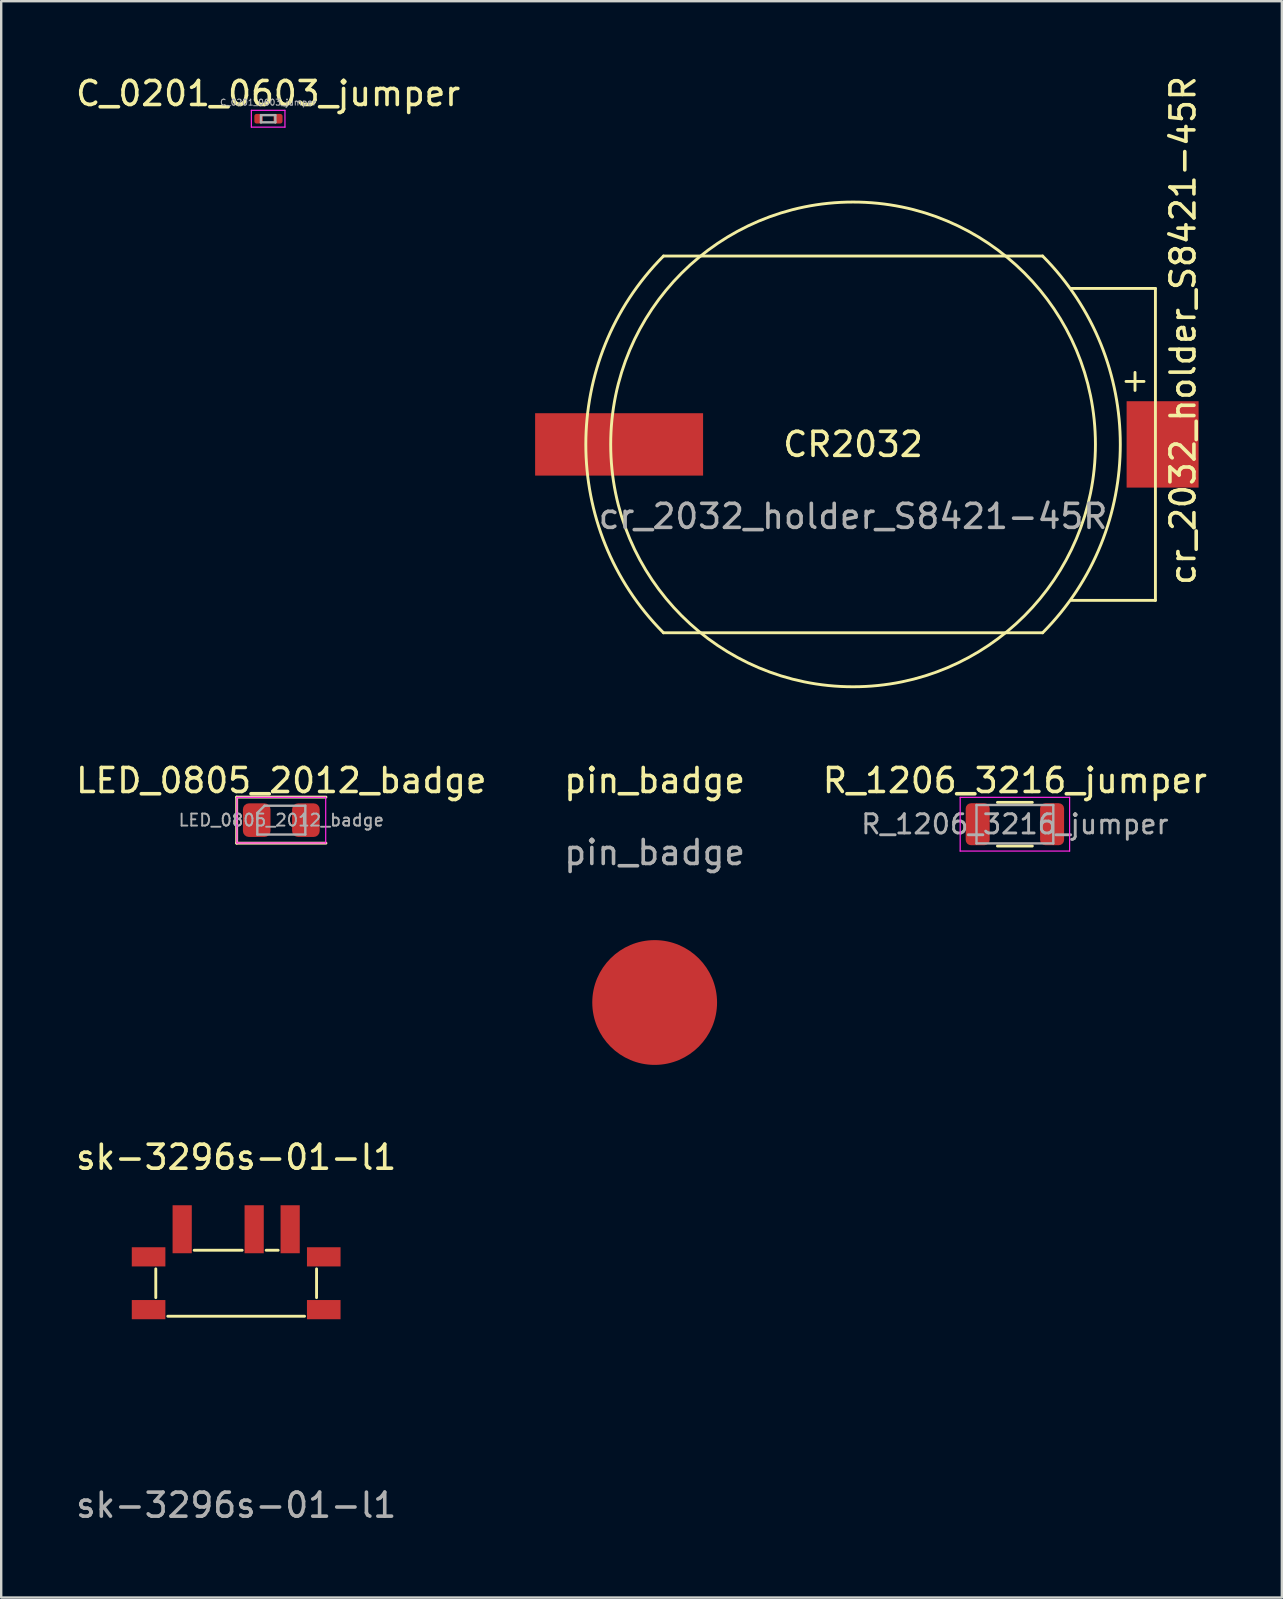
<source format=kicad_pcb>
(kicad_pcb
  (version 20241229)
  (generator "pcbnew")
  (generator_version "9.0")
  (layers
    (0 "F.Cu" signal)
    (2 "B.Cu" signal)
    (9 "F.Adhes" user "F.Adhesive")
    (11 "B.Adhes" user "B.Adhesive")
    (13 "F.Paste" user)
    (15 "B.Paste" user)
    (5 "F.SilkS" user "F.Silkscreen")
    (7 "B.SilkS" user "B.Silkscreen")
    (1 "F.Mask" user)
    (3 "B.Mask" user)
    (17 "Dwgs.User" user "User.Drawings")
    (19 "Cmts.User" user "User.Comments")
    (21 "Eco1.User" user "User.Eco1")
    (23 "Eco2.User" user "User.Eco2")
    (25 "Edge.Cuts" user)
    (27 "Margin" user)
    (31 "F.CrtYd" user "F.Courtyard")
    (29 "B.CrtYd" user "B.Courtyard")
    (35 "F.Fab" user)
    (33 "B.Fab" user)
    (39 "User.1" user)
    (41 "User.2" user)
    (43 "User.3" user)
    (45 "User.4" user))
  (footprint "pin_badge"
    (layer "F.Cu")
    (at 24.232 38.728)
    (property "Reference" "pin_badge" (at 0 -9.25 0) (unlocked yes) (layer "F.SilkS") (effects (font (size 1 1) (thickness 0.15))))
    (attr smd)
    (fp_text user "${REFERENCE}" (at 0 -6.25 0) (unlocked yes) (layer "F.Fab") (effects (font (size 1 1) (thickness 0.15))))
    (pad "1" smd circle (at 0 0) (size 5.2 5.2) (layers "F.Cu" "F.Mask" "F.Paste")))
  (footprint "LED_0805_2012_badge"
    (layer "F.Cu")
    (at 8.673 31.128)
    (property "Reference" "LED_0805_2012_badge" (at 0 -1.65 0) (layer "F.SilkS") (effects (font (size 1 1) (thickness 0.15))))
    (attr smd)
    (fp_rect (start 1.8 -0.9) (end -1.8 0.9) (stroke (width 0.12) (type solid)) (fill yes) (layer "F.Mask"))
    (fp_line (start -1.86 -0.96) (end -1.86 0.96) (stroke (width 0.12) (type solid)) (layer "F.SilkS"))
    (fp_line (start -1.86 0.96) (end 1.86 0.96) (stroke (width 0.12) (type solid)) (layer "F.SilkS"))
    (fp_line (start 1.86 -0.96) (end -1.86 -0.96) (stroke (width 0.12) (type solid)) (layer "F.SilkS"))
    (fp_line (start -1.85 -0.95) (end 1.85 -0.95) (stroke (width 0.05) (type solid)) (layer "F.CrtYd"))
    (fp_line (start -1.85 0.95) (end -1.85 -0.95) (stroke (width 0.05) (type solid)) (layer "F.CrtYd"))
    (fp_line (start 1.85 -0.95) (end 1.85 0.95) (stroke (width 0.05) (type solid)) (layer "F.CrtYd"))
    (fp_line (start 1.85 0.95) (end -1.85 0.95) (stroke (width 0.05) (type solid)) (layer "F.CrtYd"))
    (fp_line (start -1 -0.3) (end -1 0.6) (stroke (width 0.1) (type solid)) (layer "F.Fab"))
    (fp_line (start -1 0.6) (end 1 0.6) (stroke (width 0.1) (type solid)) (layer "F.Fab"))
    (fp_line (start -0.7 -0.6) (end -1 -0.3) (stroke (width 0.1) (type solid)) (layer "F.Fab"))
    (fp_line (start 1 -0.6) (end -0.7 -0.6) (stroke (width 0.1) (type solid)) (layer "F.Fab"))
    (fp_line (start 1 0.6) (end 1 -0.6) (stroke (width 0.1) (type solid)) (layer "F.Fab"))
    (fp_text user "${REFERENCE}" (at 0 0 0) (layer "F.Fab") (effects (font (size 0.5 0.5) (thickness 0.08))))
    (pad "1" smd roundrect (at -1.025 0) (size 1.15 1.4) (layers "F.Cu" "F.Mask" "F.Paste") (roundrect_rratio 0.217))
    (pad "2" smd roundrect (at 1.025 0) (size 1.15 1.4) (layers "F.Cu" "F.Mask" "F.Paste") (roundrect_rratio 0.217))
    (zone (net_name "") (layer "F.Cu") (hatch edge 0.508) (connect_pads) (min_thickness 0.254) (filled_areas_thickness no) (keepout (tracks allowed) (vias allowed) (pads allowed) (copperpour not_allowed) (footprints allowed)) (placement (enabled no)) (fill) (polygon (pts (xy 10.523 30.978) (xy 9.173 30.978) (xy 9.173 31.278) (xy 10.523 31.278) (xy 10.523 32.078) (xy 6.823 32.078) (xy 6.823 31.278) (xy 8.205 31.278) (xy 8.205 30.978) (xy 6.823 30.978) (xy 6.823 30.178) (xy 10.523 30.178)))))
  (footprint "cr_2032_holder_S8421-45R"
    (layer "F.Cu")
    (at 32.5 15.47)
    (property "Reference" "cr_2032_holder_S8421-45R" (at 13.75 -4.75 90) (unlocked yes) (layer "F.SilkS") (effects (font (size 1 1) (thickness 0.15))))
    (attr smd)
    (fp_line (start -7.9 -7.85) (end 7.9 -7.85) (stroke (width 0.12) (type solid)) (layer "F.SilkS"))
    (fp_line (start -7.9 7.85) (end 7.9 7.85) (stroke (width 0.12) (type solid)) (layer "F.SilkS"))
    (fp_line (start 11.375 -2.625) (end 12.125 -2.625) (stroke (width 0.12) (type solid)) (layer "F.SilkS"))
    (fp_line (start 11.75 -3) (end 11.75 -2.25) (stroke (width 0.12) (type solid)) (layer "F.SilkS"))
    (fp_line (start 12.6 -6.5) (end 9.1 -6.5) (stroke (width 0.12) (type solid)) (layer "F.SilkS"))
    (fp_line (start 12.6 -6.5) (end 12.6 6.5) (stroke (width 0.12) (type solid)) (layer "F.SilkS"))
    (fp_line (start 12.6 6.5) (end 9.1 6.5) (stroke (width 0.12) (type solid)) (layer "F.SilkS"))
    (fp_arc (start -7.899999 7.849999) (mid -11.136987 0) (end -7.899999 -7.849999) (stroke (width 0.12) (type solid)) (layer "F.SilkS"))
    (fp_arc (start 7.899999 -7.849999) (mid 11.136987 0) (end 7.899999 7.849999) (stroke (width 0.12) (type solid)) (layer "F.SilkS"))
    (fp_circle (center 0 0) (end 10.1 0) (stroke (width 0.12) (type solid)) (fill no) (layer "F.SilkS"))
    (fp_text user "CR2032" (at 0 0 0) (unlocked yes) (layer "F.SilkS") (effects (font (size 1 1) (thickness 0.15))))
    (fp_text user "${REFERENCE}" (at 0 3 0) (unlocked yes) (layer "F.Fab") (effects (font (size 1 1) (thickness 0.15))))
    (pad "1" smd rect (at 12.9 0) (size 3 3.6) (layers "F.Cu" "F.Mask" "F.Paste"))
    (pad "2" smd rect (at -9.75 0) (size 7 2.6) (layers "F.Cu" "F.Mask" "F.Paste")))
  (footprint "C_0201_0603_jumper"
    (layer "F.Cu")
    (at 8.125 1.898)
    (property "Reference" "C_0201_0603_jumper" (at 0 -1.05 0) (layer "F.SilkS") (effects (font (size 1 1) (thickness 0.15))))
    (attr smd)
    (fp_line (start -0.7 -0.35) (end 0.7 -0.35) (stroke (width 0.05) (type solid)) (layer "F.CrtYd"))
    (fp_line (start -0.7 0.35) (end -0.7 -0.35) (stroke (width 0.05) (type solid)) (layer "F.CrtYd"))
    (fp_line (start 0.7 -0.35) (end 0.7 0.35) (stroke (width 0.05) (type solid)) (layer "F.CrtYd"))
    (fp_line (start 0.7 0.35) (end -0.7 0.35) (stroke (width 0.05) (type solid)) (layer "F.CrtYd"))
    (fp_line (start -0.3 -0.15) (end 0.3 -0.15) (stroke (width 0.1) (type solid)) (layer "F.Fab"))
    (fp_line (start -0.3 0.15) (end -0.3 -0.15) (stroke (width 0.1) (type solid)) (layer "F.Fab"))
    (fp_line (start 0.3 -0.15) (end 0.3 0.15) (stroke (width 0.1) (type solid)) (layer "F.Fab"))
    (fp_line (start 0.3 0.15) (end -0.3 0.15) (stroke (width 0.1) (type solid)) (layer "F.Fab"))
    (fp_text user "${REFERENCE}" (at 0 -0.68 0) (layer "F.Fab") (effects (font (size 0.25 0.25) (thickness 0.04))))
    (pad "" smd roundrect (at -0.345 0) (size 0.318 0.36) (layers "F.Paste") (roundrect_rratio 0.25))
    (pad "" smd roundrect (at 0.345 0) (size 0.318 0.36) (layers "F.Paste") (roundrect_rratio 0.25))
    (pad "1" smd roundrect (at -0.4 0) (size 0.35 0.4) (layers "F.Cu" "F.Mask") (roundrect_rratio 0.25))
    (pad "2" smd roundrect (at 0.412 0) (size 0.375 0.4) (layers "F.Cu" "F.Mask") (roundrect_rratio 0.25)))
  (footprint "R_1206_3216_jumper"
    (layer "F.Cu")
    (at 39.244 31.298)
    (property "Reference" "R_1206_3216_jumper" (at 0 -1.82 0) (layer "F.SilkS") (effects (font (size 1 1) (thickness 0.15))))
    (attr smd)
    (fp_line (start -0.727 -0.91) (end 0.727 -0.91) (stroke (width 0.12) (type solid)) (layer "F.SilkS"))
    (fp_line (start -0.727 0.91) (end 0.727 0.91) (stroke (width 0.12) (type solid)) (layer "F.SilkS"))
    (fp_line (start -2.28 -1.12) (end 2.28 -1.12) (stroke (width 0.05) (type solid)) (layer "F.CrtYd"))
    (fp_line (start -2.28 1.12) (end -2.28 -1.12) (stroke (width 0.05) (type solid)) (layer "F.CrtYd"))
    (fp_line (start 2.28 -1.12) (end 2.28 1.12) (stroke (width 0.05) (type solid)) (layer "F.CrtYd"))
    (fp_line (start 2.28 1.12) (end -2.28 1.12) (stroke (width 0.05) (type solid)) (layer "F.CrtYd"))
    (fp_line (start -1.6 -0.8) (end 1.6 -0.8) (stroke (width 0.1) (type solid)) (layer "F.Fab"))
    (fp_line (start -1.6 0.8) (end -1.6 -0.8) (stroke (width 0.1) (type solid)) (layer "F.Fab"))
    (fp_line (start 1.6 -0.8) (end 1.6 0.8) (stroke (width 0.1) (type solid)) (layer "F.Fab"))
    (fp_line (start 1.6 0.8) (end -1.6 0.8) (stroke (width 0.1) (type solid)) (layer "F.Fab"))
    (fp_text user "${REFERENCE}" (at 0 0 0) (layer "F.Fab") (effects (font (size 0.8 0.8) (thickness 0.12))))
    (pad "1" smd roundrect (at -1.55 0) (size 1 1.75) (layers "F.Cu" "F.Mask" "F.Paste") (roundrect_rratio 0.222))
    (pad "2" smd roundrect (at 1.55 0) (size 1 1.75) (layers "F.Cu" "F.Mask" "F.Paste") (roundrect_rratio 0.222)))
  (footprint "sk-3296s-01-l1"
    (layer "F.Cu")
    (at 6.792 50.427)
    (property "Reference" "sk-3296s-01-l1" (at 0 -5.25 0) (unlocked yes) (layer "F.SilkS") (effects (font (size 1 1) (thickness 0.15))))
    (attr smd)
    (fp_line (start -3.35 -0.6) (end -3.35 0.6) (stroke (width 0.12) (type solid)) (layer "F.SilkS"))
    (fp_line (start -2.85 1.375) (end 2.85 1.375) (stroke (width 0.12) (type solid)) (layer "F.SilkS"))
    (fp_line (start -1.75 -1.375) (end 0.25 -1.375) (stroke (width 0.12) (type solid)) (layer "F.SilkS"))
    (fp_line (start 1.25 -1.375) (end 1.75 -1.375) (stroke (width 0.12) (type solid)) (layer "F.SilkS"))
    (fp_line (start 3.35 -0.6) (end 3.35 0.6) (stroke (width 0.12) (type solid)) (layer "F.SilkS"))
    (fp_text user "${REFERENCE}" (at 0 9.25 0) (unlocked yes) (layer "F.Fab") (effects (font (size 1 1) (thickness 0.15))))
    (pad "1" smd rect (at -2.25 -2.25) (size 0.8 2) (layers "F.Cu" "F.Mask" "F.Paste"))
    (pad "2" smd rect (at 0.75 -2.25) (size 0.8 2) (layers "F.Cu" "F.Mask" "F.Paste"))
    (pad "3" smd rect (at 2.25 -2.25) (size 0.8 2) (layers "F.Cu" "F.Mask" "F.Paste"))
    (pad "4" smd rect (at -3.65 -1.1) (size 1.4 0.8) (layers "F.Cu" "F.Mask" "F.Paste"))
    (pad "4" smd rect (at -3.65 1.1) (size 1.4 0.8) (layers "F.Cu" "F.Mask" "F.Paste"))
    (pad "4" smd rect (at 3.65 -1.1) (size 1.4 0.8) (layers "F.Cu" "F.Mask" "F.Paste"))
    (pad "4" smd rect (at 3.65 1.1) (size 1.4 0.8) (layers "F.Cu" "F.Mask" "F.Paste")))
  (gr_rect
    (start -3 -3)
    (end 50.369 63.525)
    (stroke (width 0.1) (type default))
    (fill no)
    (layer "Edge.Cuts")))
</source>
